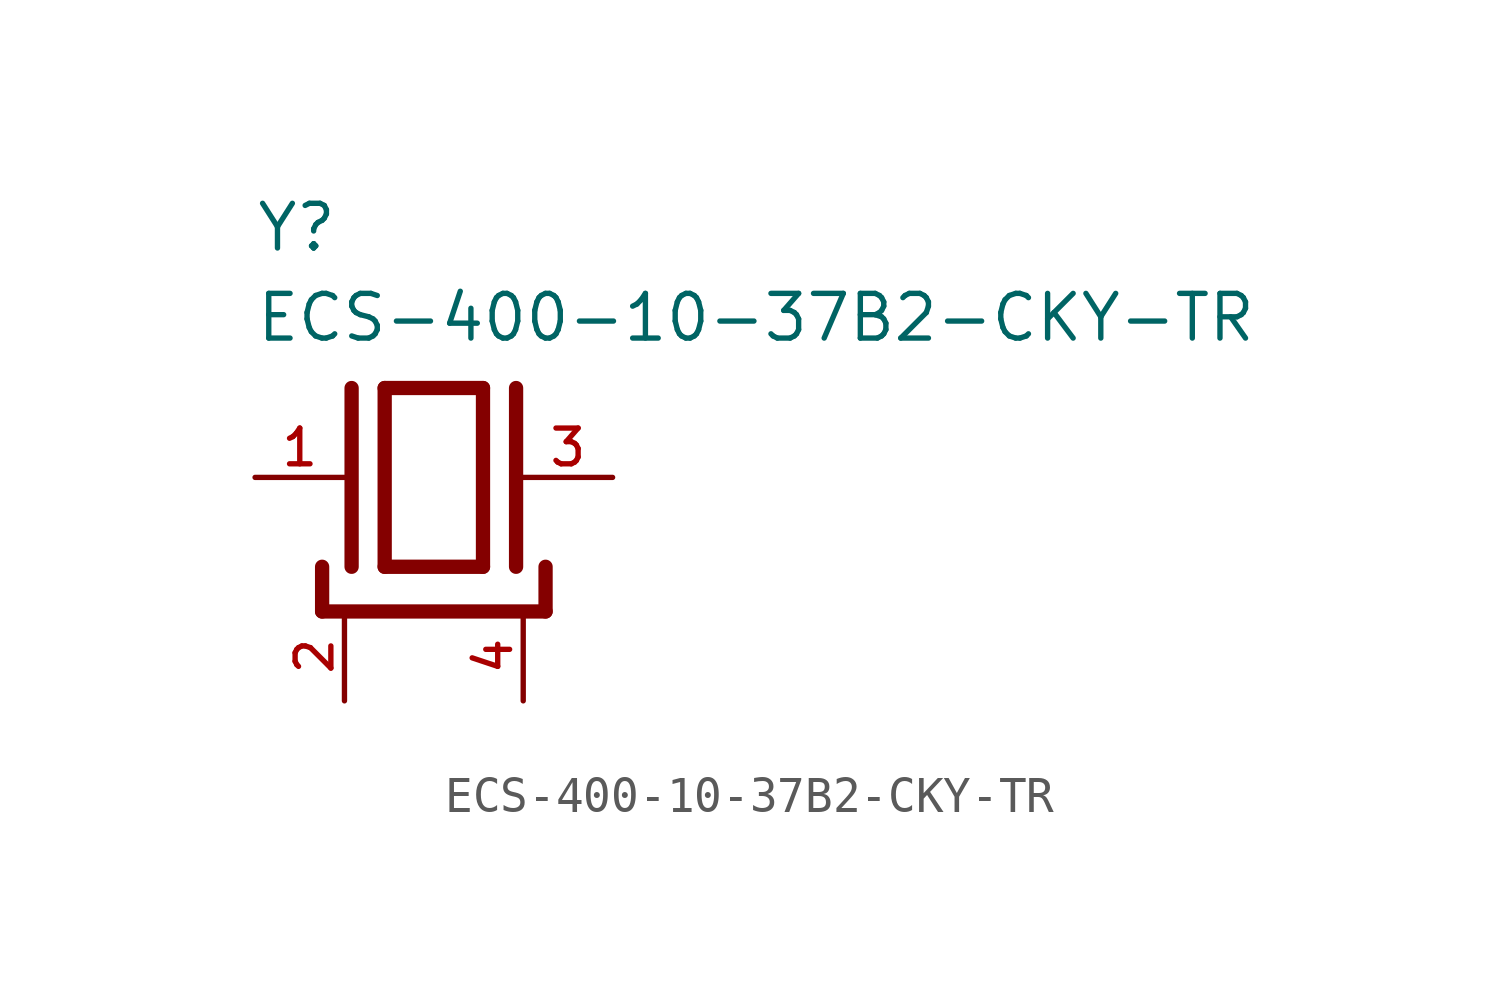
<source format=kicad_sym>
(kicad_symbol_lib
  (version 20241209)
  (generator "kicad_symbol_editor")
  (generator_version "9.0")
  (symbol "ECS-400-10-37B2-CKY-TR"
    (pin_names
      (offset 1.016))
    (property "Reference" "Y"
      (at -5.088 6.356 0)
      (effects (font (size 1.27 1.27)) (justify left bottom)))
    (property "Value" "ECS-400-10-37B2-CKY-TR"
      (at -5.094 3.796 0)
      (effects (font (size 1.27 1.27)) (justify left bottom)))
    (symbol "ECS-400-10-37B2-CKY-TR_0_0"
      (polyline (pts (xy -3.175 -2.54) (xy -3.175 -3.81)) (stroke (width 0.406) (type default)) (fill (type none)))
      (polyline (pts (xy -3.175 -3.81) (xy 3.175 -3.81)) (stroke (width 0.406) (type default)) (fill (type none)))
      (polyline (pts (xy -2.337 2.54) (xy -2.337 -2.54)) (stroke (width 0.406) (type default)) (fill (type none)))
      (polyline (pts (xy -1.397 2.54) (xy -1.397 -2.54)) (stroke (width 0.406) (type default)) (fill (type none)))
      (polyline (pts (xy -1.397 2.54) (xy 1.397 2.54)) (stroke (width 0.406) (type default)) (fill (type none)))
      (polyline (pts (xy 1.397 2.54) (xy 1.397 -2.54)) (stroke (width 0.406) (type default)) (fill (type none)))
      (polyline (pts (xy 1.397 -2.54) (xy -1.397 -2.54)) (stroke (width 0.406) (type default)) (fill (type none)))
      (polyline (pts (xy 2.337 2.54) (xy 2.337 -2.54)) (stroke (width 0.406) (type default)) (fill (type none)))
      (polyline (pts (xy 3.175 -3.81) (xy 3.175 -2.54)) (stroke (width 0.406) (type default)) (fill (type none)))
      (pin passive line (at -5.08 0 0) (length 2.54) (name "~" (effects (font (size 1.016 1.016)))) (number "1" (effects (font (size 1.016 1.016)))))
      (pin power_in line (at -2.54 -6.35 90) (length 2.54) (name "~" (effects (font (size 1.016 1.016)))) (number "2" (effects (font (size 1.016 1.016)))))
      (pin power_in line (at 2.54 -6.35 90) (length 2.54) (name "~" (effects (font (size 1.016 1.016)))) (number "4" (effects (font (size 1.016 1.016)))))
      (pin passive line (at 5.08 0 180) (length 2.54) (name "~" (effects (font (size 1.016 1.016)))) (number "3" (effects (font (size 1.016 1.016))))))))
</source>
